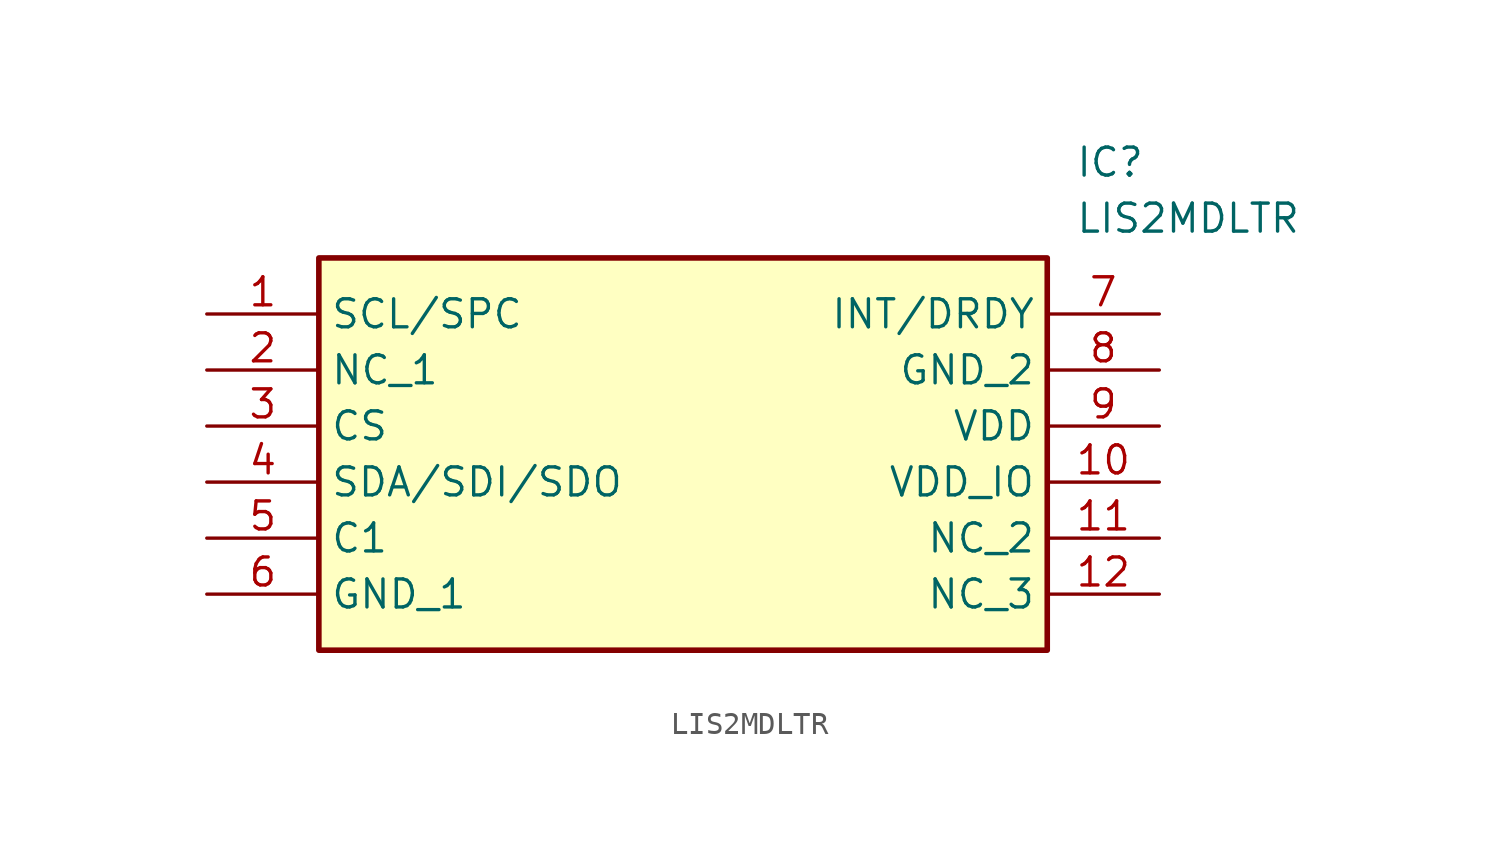
<source format=kicad_sym>
(kicad_symbol_lib
  (version 20211014)
  (generator SamacSys_ECAD_Model)
  (symbol "LIS2MDLTR"
    (property "Reference" "IC"
      (at 39.37 7.62 0)
      (effects (font (size 1.27 1.27)) (justify left top)))
    (property "Value" "LIS2MDLTR"
      (at 39.37 5.08 0)
      (effects (font (size 1.27 1.27)) (justify left top)))
    (rectangle
      (start 5.08 2.54)
      (end 38.1 -15.24)
      (stroke (width 0.254) (type default))
      (fill (type background)))
    (pin passive line
      (at 0 0 0)
      (length 5.08)
      (name "SCL/SPC" (effects (font (size 1.27 1.27))))
      (number "1" (effects (font (size 1.27 1.27)))))
    (pin passive line
      (at 0 -2.54 0)
      (length 5.08)
      (name "NC_1" (effects (font (size 1.27 1.27))))
      (number "2" (effects (font (size 1.27 1.27)))))
    (pin passive line
      (at 0 -5.08 0)
      (length 5.08)
      (name "CS" (effects (font (size 1.27 1.27))))
      (number "3" (effects (font (size 1.27 1.27)))))
    (pin passive line
      (at 0 -7.62 0)
      (length 5.08)
      (name "SDA/SDI/SDO" (effects (font (size 1.27 1.27))))
      (number "4" (effects (font (size 1.27 1.27)))))
    (pin passive line
      (at 0 -10.16 0)
      (length 5.08)
      (name "C1" (effects (font (size 1.27 1.27))))
      (number "5" (effects (font (size 1.27 1.27)))))
    (pin passive line
      (at 0 -12.7 0)
      (length 5.08)
      (name "GND_1" (effects (font (size 1.27 1.27))))
      (number "6" (effects (font (size 1.27 1.27)))))
    (pin passive line
      (at 43.18 0 180)
      (length 5.08)
      (name "INT/DRDY" (effects (font (size 1.27 1.27))))
      (number "7" (effects (font (size 1.27 1.27)))))
    (pin passive line
      (at 43.18 -2.54 180)
      (length 5.08)
      (name "GND_2" (effects (font (size 1.27 1.27))))
      (number "8" (effects (font (size 1.27 1.27)))))
    (pin passive line
      (at 43.18 -5.08 180)
      (length 5.08)
      (name "VDD" (effects (font (size 1.27 1.27))))
      (number "9" (effects (font (size 1.27 1.27)))))
    (pin passive line
      (at 43.18 -7.62 180)
      (length 5.08)
      (name "VDD_IO" (effects (font (size 1.27 1.27))))
      (number "10" (effects (font (size 1.27 1.27)))))
    (pin passive line
      (at 43.18 -10.16 180)
      (length 5.08)
      (name "NC_2" (effects (font (size 1.27 1.27))))
      (number "11" (effects (font (size 1.27 1.27)))))
    (pin passive line
      (at 43.18 -12.7 180)
      (length 5.08)
      (name "NC_3" (effects (font (size 1.27 1.27))))
      (number "12" (effects (font (size 1.27 1.27)))))))
</source>
